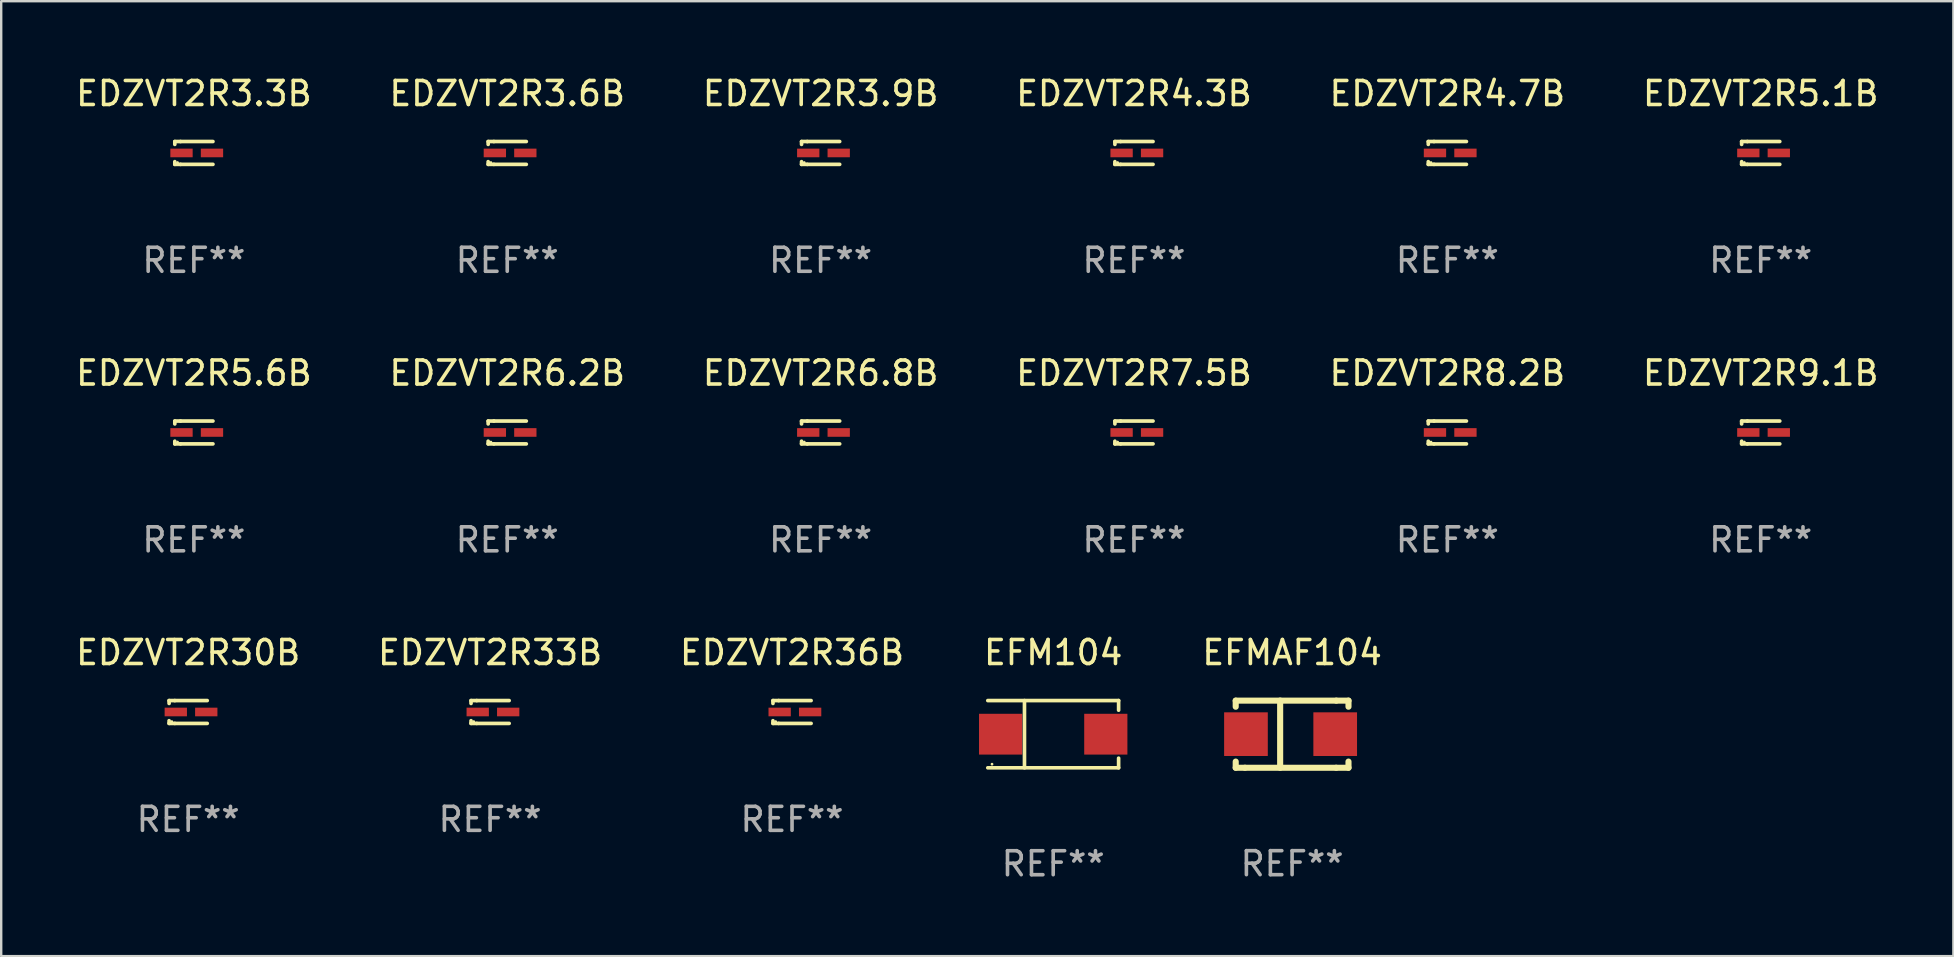
<source format=kicad_pcb>
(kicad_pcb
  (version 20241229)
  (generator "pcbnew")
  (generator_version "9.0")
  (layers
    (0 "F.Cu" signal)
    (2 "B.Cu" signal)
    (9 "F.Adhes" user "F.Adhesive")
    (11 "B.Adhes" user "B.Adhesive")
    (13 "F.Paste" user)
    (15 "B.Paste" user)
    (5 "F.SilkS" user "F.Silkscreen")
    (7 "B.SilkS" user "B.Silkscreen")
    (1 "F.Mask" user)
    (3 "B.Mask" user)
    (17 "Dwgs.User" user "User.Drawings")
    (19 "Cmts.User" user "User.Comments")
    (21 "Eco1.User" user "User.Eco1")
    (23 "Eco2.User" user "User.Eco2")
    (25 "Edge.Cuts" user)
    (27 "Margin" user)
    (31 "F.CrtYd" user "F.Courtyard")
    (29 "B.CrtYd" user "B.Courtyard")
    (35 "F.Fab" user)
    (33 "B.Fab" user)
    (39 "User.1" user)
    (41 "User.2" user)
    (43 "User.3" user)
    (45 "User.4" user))
  (footprint "EFM104"
    (layer "F.Cu")
    (at 40.842 27.547)
    (property "Reference" "EFM104" (at 0 -3.401 0) (layer "F.SilkS") (effects (font (size 1 1) (thickness 0.15))))
    (attr through_hole)
    (fp_line (start -2.726 -1.401) (end 2.726 -1.401) (stroke (width 0.152) (type solid)) (layer "F.SilkS"))
    (fp_line (start -2.726 1.401) (end 2.726 1.401) (stroke (width 0.152) (type solid)) (layer "F.SilkS"))
    (fp_line (start -1.197 -1.401) (end -1.197 1.401) (stroke (width 0.152) (type solid)) (layer "F.SilkS"))
    (fp_line (start 2.726 -1.401) (end 2.726 -1) (stroke (width 0.152) (type solid)) (layer "F.SilkS"))
    (fp_line (start 2.726 1.401) (end 2.726 1) (stroke (width 0.152) (type solid)) (layer "F.SilkS"))
    (fp_circle (center -2.55 1.25) (end -2.52 1.25) (stroke (width 0.06) (type solid)) (fill no) (layer "F.SilkS"))
    (fp_text user "REF**" (at 0 5.401 0) (layer "F.Fab") (effects (font (size 1 1) (thickness 0.15))))
    (pad "1" smd rect (at -2.192 0) (size 1.8 1.7) (layers "F.Cu" "F.Mask" "F.Paste"))
    (pad "2" smd rect (at 2.192 0) (size 1.8 1.7) (layers "F.Cu" "F.Mask" "F.Paste")))
  (footprint "EDZVT2R6.8B"
    (layer "F.Cu")
    (at 31.149 14.973)
    (property "Reference" "EDZVT2R6.8B" (at 0 -2.476 0) (layer "F.SilkS") (effects (font (size 1 1) (thickness 0.15))))
    (attr through_hole)
    (fp_line (start -0.795 -0.476) (end -0.795 -0.356) (stroke (width 0.152) (type solid)) (layer "F.SilkS"))
    (fp_line (start -0.795 0.363) (end -0.795 0.476) (stroke (width 0.152) (type solid)) (layer "F.SilkS"))
    (fp_line (start -0.795 0.476) (end -0.557 0.476) (stroke (width 0.152) (type solid)) (layer "F.SilkS"))
    (fp_line (start -0.557 -0.476) (end -0.795 -0.476) (stroke (width 0.152) (type solid)) (layer "F.SilkS"))
    (fp_line (start -0.557 -0.476) (end 0.795 -0.476) (stroke (width 0.152) (type solid)) (layer "F.SilkS"))
    (fp_line (start -0.557 0.476) (end 0.795 0.476) (stroke (width 0.152) (type solid)) (layer "F.SilkS"))
    (fp_circle (center -0.681 0.4) (end -0.651 0.4) (stroke (width 0.06) (type solid)) (fill no) (layer "F.SilkS"))
    (fp_text user "REF**" (at 0 4.476 0) (layer "F.Fab") (effects (font (size 1 1) (thickness 0.15))))
    (pad "1" smd rect (at -0.516 0 180) (size 0.93 0.36) (layers "F.Cu" "F.Mask" "F.Paste"))
    (pad "2" smd rect (at 0.754 0 180) (size 0.93 0.36) (layers "F.Cu" "F.Mask" "F.Paste")))
  (footprint "EDZVT2R5.1B"
    (layer "F.Cu")
    (at 70.327 3.324)
    (property "Reference" "EDZVT2R5.1B" (at 0 -2.476 0) (layer "F.SilkS") (effects (font (size 1 1) (thickness 0.15))))
    (attr through_hole)
    (fp_line (start -0.795 -0.476) (end -0.795 -0.356) (stroke (width 0.152) (type solid)) (layer "F.SilkS"))
    (fp_line (start -0.795 0.363) (end -0.795 0.476) (stroke (width 0.152) (type solid)) (layer "F.SilkS"))
    (fp_line (start -0.795 0.476) (end -0.557 0.476) (stroke (width 0.152) (type solid)) (layer "F.SilkS"))
    (fp_line (start -0.557 -0.476) (end -0.795 -0.476) (stroke (width 0.152) (type solid)) (layer "F.SilkS"))
    (fp_line (start -0.557 -0.476) (end 0.795 -0.476) (stroke (width 0.152) (type solid)) (layer "F.SilkS"))
    (fp_line (start -0.557 0.476) (end 0.795 0.476) (stroke (width 0.152) (type solid)) (layer "F.SilkS"))
    (fp_circle (center -0.681 0.4) (end -0.651 0.4) (stroke (width 0.06) (type solid)) (fill no) (layer "F.SilkS"))
    (fp_text user "REF**" (at 0 4.476 0) (layer "F.Fab") (effects (font (size 1 1) (thickness 0.15))))
    (pad "1" smd rect (at -0.516 0 180) (size 0.93 0.36) (layers "F.Cu" "F.Mask" "F.Paste"))
    (pad "2" smd rect (at 0.754 0 180) (size 0.93 0.36) (layers "F.Cu" "F.Mask" "F.Paste")))
  (footprint "EDZVT2R3.6B"
    (layer "F.Cu")
    (at 18.089 3.324)
    (property "Reference" "EDZVT2R3.6B" (at 0 -2.476 0) (layer "F.SilkS") (effects (font (size 1 1) (thickness 0.15))))
    (attr through_hole)
    (fp_line (start -0.795 -0.476) (end -0.795 -0.356) (stroke (width 0.152) (type solid)) (layer "F.SilkS"))
    (fp_line (start -0.795 0.363) (end -0.795 0.476) (stroke (width 0.152) (type solid)) (layer "F.SilkS"))
    (fp_line (start -0.795 0.476) (end -0.557 0.476) (stroke (width 0.152) (type solid)) (layer "F.SilkS"))
    (fp_line (start -0.557 -0.476) (end -0.795 -0.476) (stroke (width 0.152) (type solid)) (layer "F.SilkS"))
    (fp_line (start -0.557 -0.476) (end 0.795 -0.476) (stroke (width 0.152) (type solid)) (layer "F.SilkS"))
    (fp_line (start -0.557 0.476) (end 0.795 0.476) (stroke (width 0.152) (type solid)) (layer "F.SilkS"))
    (fp_circle (center -0.681 0.4) (end -0.651 0.4) (stroke (width 0.06) (type solid)) (fill no) (layer "F.SilkS"))
    (fp_text user "REF**" (at 0 4.476 0) (layer "F.Fab") (effects (font (size 1 1) (thickness 0.15))))
    (pad "1" smd rect (at -0.516 0 180) (size 0.93 0.36) (layers "F.Cu" "F.Mask" "F.Paste"))
    (pad "2" smd rect (at 0.754 0 180) (size 0.93 0.36) (layers "F.Cu" "F.Mask" "F.Paste")))
  (footprint "EDZVT2R8.2B"
    (layer "F.Cu")
    (at 57.268 14.973)
    (property "Reference" "EDZVT2R8.2B" (at 0 -2.476 0) (layer "F.SilkS") (effects (font (size 1 1) (thickness 0.15))))
    (attr through_hole)
    (fp_line (start -0.795 -0.476) (end -0.795 -0.356) (stroke (width 0.152) (type solid)) (layer "F.SilkS"))
    (fp_line (start -0.795 0.363) (end -0.795 0.476) (stroke (width 0.152) (type solid)) (layer "F.SilkS"))
    (fp_line (start -0.795 0.476) (end -0.557 0.476) (stroke (width 0.152) (type solid)) (layer "F.SilkS"))
    (fp_line (start -0.557 -0.476) (end -0.795 -0.476) (stroke (width 0.152) (type solid)) (layer "F.SilkS"))
    (fp_line (start -0.557 -0.476) (end 0.795 -0.476) (stroke (width 0.152) (type solid)) (layer "F.SilkS"))
    (fp_line (start -0.557 0.476) (end 0.795 0.476) (stroke (width 0.152) (type solid)) (layer "F.SilkS"))
    (fp_circle (center -0.681 0.4) (end -0.651 0.4) (stroke (width 0.06) (type solid)) (fill no) (layer "F.SilkS"))
    (fp_text user "REF**" (at 0 4.476 0) (layer "F.Fab") (effects (font (size 1 1) (thickness 0.15))))
    (pad "1" smd rect (at -0.516 0 180) (size 0.93 0.36) (layers "F.Cu" "F.Mask" "F.Paste"))
    (pad "2" smd rect (at 0.754 0 180) (size 0.93 0.36) (layers "F.Cu" "F.Mask" "F.Paste")))
  (footprint "EDZVT2R9.1B"
    (layer "F.Cu")
    (at 70.327 14.973)
    (property "Reference" "EDZVT2R9.1B" (at 0 -2.476 0) (layer "F.SilkS") (effects (font (size 1 1) (thickness 0.15))))
    (attr through_hole)
    (fp_line (start -0.795 -0.476) (end -0.795 -0.356) (stroke (width 0.152) (type solid)) (layer "F.SilkS"))
    (fp_line (start -0.795 0.363) (end -0.795 0.476) (stroke (width 0.152) (type solid)) (layer "F.SilkS"))
    (fp_line (start -0.795 0.476) (end -0.557 0.476) (stroke (width 0.152) (type solid)) (layer "F.SilkS"))
    (fp_line (start -0.557 -0.476) (end -0.795 -0.476) (stroke (width 0.152) (type solid)) (layer "F.SilkS"))
    (fp_line (start -0.557 -0.476) (end 0.795 -0.476) (stroke (width 0.152) (type solid)) (layer "F.SilkS"))
    (fp_line (start -0.557 0.476) (end 0.795 0.476) (stroke (width 0.152) (type solid)) (layer "F.SilkS"))
    (fp_circle (center -0.681 0.4) (end -0.651 0.4) (stroke (width 0.06) (type solid)) (fill no) (layer "F.SilkS"))
    (fp_text user "REF**" (at 0 4.476 0) (layer "F.Fab") (effects (font (size 1 1) (thickness 0.15))))
    (pad "1" smd rect (at -0.516 0 180) (size 0.93 0.36) (layers "F.Cu" "F.Mask" "F.Paste"))
    (pad "2" smd rect (at 0.754 0 180) (size 0.93 0.36) (layers "F.Cu" "F.Mask" "F.Paste")))
  (footprint "EDZVT2R7.5B"
    (layer "F.Cu")
    (at 44.208 14.973)
    (property "Reference" "EDZVT2R7.5B" (at 0 -2.476 0) (layer "F.SilkS") (effects (font (size 1 1) (thickness 0.15))))
    (attr through_hole)
    (fp_line (start -0.795 -0.476) (end -0.795 -0.356) (stroke (width 0.152) (type solid)) (layer "F.SilkS"))
    (fp_line (start -0.795 0.363) (end -0.795 0.476) (stroke (width 0.152) (type solid)) (layer "F.SilkS"))
    (fp_line (start -0.795 0.476) (end -0.557 0.476) (stroke (width 0.152) (type solid)) (layer "F.SilkS"))
    (fp_line (start -0.557 -0.476) (end -0.795 -0.476) (stroke (width 0.152) (type solid)) (layer "F.SilkS"))
    (fp_line (start -0.557 -0.476) (end 0.795 -0.476) (stroke (width 0.152) (type solid)) (layer "F.SilkS"))
    (fp_line (start -0.557 0.476) (end 0.795 0.476) (stroke (width 0.152) (type solid)) (layer "F.SilkS"))
    (fp_circle (center -0.681 0.4) (end -0.651 0.4) (stroke (width 0.06) (type solid)) (fill no) (layer "F.SilkS"))
    (fp_text user "REF**" (at 0 4.476 0) (layer "F.Fab") (effects (font (size 1 1) (thickness 0.15))))
    (pad "1" smd rect (at -0.516 0 180) (size 0.93 0.36) (layers "F.Cu" "F.Mask" "F.Paste"))
    (pad "2" smd rect (at 0.754 0 180) (size 0.93 0.36) (layers "F.Cu" "F.Mask" "F.Paste")))
  (footprint "EDZVT2R3.3B"
    (layer "F.Cu")
    (at 5.03 3.324)
    (property "Reference" "EDZVT2R3.3B" (at 0 -2.476 0) (layer "F.SilkS") (effects (font (size 1 1) (thickness 0.15))))
    (attr through_hole)
    (fp_line (start -0.795 -0.476) (end -0.795 -0.356) (stroke (width 0.152) (type solid)) (layer "F.SilkS"))
    (fp_line (start -0.795 0.363) (end -0.795 0.476) (stroke (width 0.152) (type solid)) (layer "F.SilkS"))
    (fp_line (start -0.795 0.476) (end -0.557 0.476) (stroke (width 0.152) (type solid)) (layer "F.SilkS"))
    (fp_line (start -0.557 -0.476) (end -0.795 -0.476) (stroke (width 0.152) (type solid)) (layer "F.SilkS"))
    (fp_line (start -0.557 -0.476) (end 0.795 -0.476) (stroke (width 0.152) (type solid)) (layer "F.SilkS"))
    (fp_line (start -0.557 0.476) (end 0.795 0.476) (stroke (width 0.152) (type solid)) (layer "F.SilkS"))
    (fp_circle (center -0.681 0.4) (end -0.651 0.4) (stroke (width 0.06) (type solid)) (fill no) (layer "F.SilkS"))
    (fp_text user "REF**" (at 0 4.476 0) (layer "F.Fab") (effects (font (size 1 1) (thickness 0.15))))
    (pad "1" smd rect (at -0.516 0 180) (size 0.93 0.36) (layers "F.Cu" "F.Mask" "F.Paste"))
    (pad "2" smd rect (at 0.754 0 180) (size 0.93 0.36) (layers "F.Cu" "F.Mask" "F.Paste")))
  (footprint "EDZVT2R33B"
    (layer "F.Cu")
    (at 17.375 26.622)
    (property "Reference" "EDZVT2R33B" (at 0 -2.476 0) (layer "F.SilkS") (effects (font (size 1 1) (thickness 0.15))))
    (attr through_hole)
    (fp_line (start -0.795 -0.476) (end -0.795 -0.356) (stroke (width 0.152) (type solid)) (layer "F.SilkS"))
    (fp_line (start -0.795 0.363) (end -0.795 0.476) (stroke (width 0.152) (type solid)) (layer "F.SilkS"))
    (fp_line (start -0.795 0.476) (end -0.557 0.476) (stroke (width 0.152) (type solid)) (layer "F.SilkS"))
    (fp_line (start -0.557 -0.476) (end -0.795 -0.476) (stroke (width 0.152) (type solid)) (layer "F.SilkS"))
    (fp_line (start -0.557 -0.476) (end 0.795 -0.476) (stroke (width 0.152) (type solid)) (layer "F.SilkS"))
    (fp_line (start -0.557 0.476) (end 0.795 0.476) (stroke (width 0.152) (type solid)) (layer "F.SilkS"))
    (fp_circle (center -0.681 0.4) (end -0.651 0.4) (stroke (width 0.06) (type solid)) (fill no) (layer "F.SilkS"))
    (fp_text user "REF**" (at 0 4.476 0) (layer "F.Fab") (effects (font (size 1 1) (thickness 0.15))))
    (pad "1" smd rect (at -0.516 0 180) (size 0.93 0.36) (layers "F.Cu" "F.Mask" "F.Paste"))
    (pad "2" smd rect (at 0.754 0 180) (size 0.93 0.36) (layers "F.Cu" "F.Mask" "F.Paste")))
  (footprint "EDZVT2R4.3B"
    (layer "F.Cu")
    (at 44.208 3.324)
    (property "Reference" "EDZVT2R4.3B" (at 0 -2.476 0) (layer "F.SilkS") (effects (font (size 1 1) (thickness 0.15))))
    (attr through_hole)
    (fp_line (start -0.795 -0.476) (end -0.795 -0.356) (stroke (width 0.152) (type solid)) (layer "F.SilkS"))
    (fp_line (start -0.795 0.363) (end -0.795 0.476) (stroke (width 0.152) (type solid)) (layer "F.SilkS"))
    (fp_line (start -0.795 0.476) (end -0.557 0.476) (stroke (width 0.152) (type solid)) (layer "F.SilkS"))
    (fp_line (start -0.557 -0.476) (end -0.795 -0.476) (stroke (width 0.152) (type solid)) (layer "F.SilkS"))
    (fp_line (start -0.557 -0.476) (end 0.795 -0.476) (stroke (width 0.152) (type solid)) (layer "F.SilkS"))
    (fp_line (start -0.557 0.476) (end 0.795 0.476) (stroke (width 0.152) (type solid)) (layer "F.SilkS"))
    (fp_circle (center -0.681 0.4) (end -0.651 0.4) (stroke (width 0.06) (type solid)) (fill no) (layer "F.SilkS"))
    (fp_text user "REF**" (at 0 4.476 0) (layer "F.Fab") (effects (font (size 1 1) (thickness 0.15))))
    (pad "1" smd rect (at -0.516 0 180) (size 0.93 0.36) (layers "F.Cu" "F.Mask" "F.Paste"))
    (pad "2" smd rect (at 0.754 0 180) (size 0.93 0.36) (layers "F.Cu" "F.Mask" "F.Paste")))
  (footprint "EDZVT2R4.7B"
    (layer "F.Cu")
    (at 57.268 3.324)
    (property "Reference" "EDZVT2R4.7B" (at 0 -2.476 0) (layer "F.SilkS") (effects (font (size 1 1) (thickness 0.15))))
    (attr through_hole)
    (fp_line (start -0.795 -0.476) (end -0.795 -0.356) (stroke (width 0.152) (type solid)) (layer "F.SilkS"))
    (fp_line (start -0.795 0.363) (end -0.795 0.476) (stroke (width 0.152) (type solid)) (layer "F.SilkS"))
    (fp_line (start -0.795 0.476) (end -0.557 0.476) (stroke (width 0.152) (type solid)) (layer "F.SilkS"))
    (fp_line (start -0.557 -0.476) (end -0.795 -0.476) (stroke (width 0.152) (type solid)) (layer "F.SilkS"))
    (fp_line (start -0.557 -0.476) (end 0.795 -0.476) (stroke (width 0.152) (type solid)) (layer "F.SilkS"))
    (fp_line (start -0.557 0.476) (end 0.795 0.476) (stroke (width 0.152) (type solid)) (layer "F.SilkS"))
    (fp_circle (center -0.681 0.4) (end -0.651 0.4) (stroke (width 0.06) (type solid)) (fill no) (layer "F.SilkS"))
    (fp_text user "REF**" (at 0 4.476 0) (layer "F.Fab") (effects (font (size 1 1) (thickness 0.15))))
    (pad "1" smd rect (at -0.516 0 180) (size 0.93 0.36) (layers "F.Cu" "F.Mask" "F.Paste"))
    (pad "2" smd rect (at 0.754 0 180) (size 0.93 0.36) (layers "F.Cu" "F.Mask" "F.Paste")))
  (footprint "EDZVT2R36B"
    (layer "F.Cu")
    (at 29.958 26.622)
    (property "Reference" "EDZVT2R36B" (at 0 -2.476 0) (layer "F.SilkS") (effects (font (size 1 1) (thickness 0.15))))
    (attr through_hole)
    (fp_line (start -0.795 -0.476) (end -0.795 -0.356) (stroke (width 0.152) (type solid)) (layer "F.SilkS"))
    (fp_line (start -0.795 0.363) (end -0.795 0.476) (stroke (width 0.152) (type solid)) (layer "F.SilkS"))
    (fp_line (start -0.795 0.476) (end -0.557 0.476) (stroke (width 0.152) (type solid)) (layer "F.SilkS"))
    (fp_line (start -0.557 -0.476) (end -0.795 -0.476) (stroke (width 0.152) (type solid)) (layer "F.SilkS"))
    (fp_line (start -0.557 -0.476) (end 0.795 -0.476) (stroke (width 0.152) (type solid)) (layer "F.SilkS"))
    (fp_line (start -0.557 0.476) (end 0.795 0.476) (stroke (width 0.152) (type solid)) (layer "F.SilkS"))
    (fp_circle (center -0.681 0.4) (end -0.651 0.4) (stroke (width 0.06) (type solid)) (fill no) (layer "F.SilkS"))
    (fp_text user "REF**" (at 0 4.476 0) (layer "F.Fab") (effects (font (size 1 1) (thickness 0.15))))
    (pad "1" smd rect (at -0.516 0 180) (size 0.93 0.36) (layers "F.Cu" "F.Mask" "F.Paste"))
    (pad "2" smd rect (at 0.754 0 180) (size 0.93 0.36) (layers "F.Cu" "F.Mask" "F.Paste")))
  (footprint "EDZVT2R5.6B"
    (layer "F.Cu")
    (at 5.03 14.973)
    (property "Reference" "EDZVT2R5.6B" (at 0 -2.476 0) (layer "F.SilkS") (effects (font (size 1 1) (thickness 0.15))))
    (attr through_hole)
    (fp_line (start -0.795 -0.476) (end -0.795 -0.356) (stroke (width 0.152) (type solid)) (layer "F.SilkS"))
    (fp_line (start -0.795 0.363) (end -0.795 0.476) (stroke (width 0.152) (type solid)) (layer "F.SilkS"))
    (fp_line (start -0.795 0.476) (end -0.557 0.476) (stroke (width 0.152) (type solid)) (layer "F.SilkS"))
    (fp_line (start -0.557 -0.476) (end -0.795 -0.476) (stroke (width 0.152) (type solid)) (layer "F.SilkS"))
    (fp_line (start -0.557 -0.476) (end 0.795 -0.476) (stroke (width 0.152) (type solid)) (layer "F.SilkS"))
    (fp_line (start -0.557 0.476) (end 0.795 0.476) (stroke (width 0.152) (type solid)) (layer "F.SilkS"))
    (fp_circle (center -0.681 0.4) (end -0.651 0.4) (stroke (width 0.06) (type solid)) (fill no) (layer "F.SilkS"))
    (fp_text user "REF**" (at 0 4.476 0) (layer "F.Fab") (effects (font (size 1 1) (thickness 0.15))))
    (pad "1" smd rect (at -0.516 0 180) (size 0.93 0.36) (layers "F.Cu" "F.Mask" "F.Paste"))
    (pad "2" smd rect (at 0.754 0 180) (size 0.93 0.36) (layers "F.Cu" "F.Mask" "F.Paste")))
  (footprint "EDZVT2R6.2B"
    (layer "F.Cu")
    (at 18.089 14.973)
    (property "Reference" "EDZVT2R6.2B" (at 0 -2.476 0) (layer "F.SilkS") (effects (font (size 1 1) (thickness 0.15))))
    (attr through_hole)
    (fp_line (start -0.795 -0.476) (end -0.795 -0.356) (stroke (width 0.152) (type solid)) (layer "F.SilkS"))
    (fp_line (start -0.795 0.363) (end -0.795 0.476) (stroke (width 0.152) (type solid)) (layer "F.SilkS"))
    (fp_line (start -0.795 0.476) (end -0.557 0.476) (stroke (width 0.152) (type solid)) (layer "F.SilkS"))
    (fp_line (start -0.557 -0.476) (end -0.795 -0.476) (stroke (width 0.152) (type solid)) (layer "F.SilkS"))
    (fp_line (start -0.557 -0.476) (end 0.795 -0.476) (stroke (width 0.152) (type solid)) (layer "F.SilkS"))
    (fp_line (start -0.557 0.476) (end 0.795 0.476) (stroke (width 0.152) (type solid)) (layer "F.SilkS"))
    (fp_circle (center -0.681 0.4) (end -0.651 0.4) (stroke (width 0.06) (type solid)) (fill no) (layer "F.SilkS"))
    (fp_text user "REF**" (at 0 4.476 0) (layer "F.Fab") (effects (font (size 1 1) (thickness 0.15))))
    (pad "1" smd rect (at -0.516 0 180) (size 0.93 0.36) (layers "F.Cu" "F.Mask" "F.Paste"))
    (pad "2" smd rect (at 0.754 0 180) (size 0.93 0.36) (layers "F.Cu" "F.Mask" "F.Paste")))
  (footprint "EDZVT2R30B"
    (layer "F.Cu")
    (at 4.792 26.622)
    (property "Reference" "EDZVT2R30B" (at 0 -2.476 0) (layer "F.SilkS") (effects (font (size 1 1) (thickness 0.15))))
    (attr through_hole)
    (fp_line (start -0.795 -0.476) (end -0.795 -0.356) (stroke (width 0.152) (type solid)) (layer "F.SilkS"))
    (fp_line (start -0.795 0.363) (end -0.795 0.476) (stroke (width 0.152) (type solid)) (layer "F.SilkS"))
    (fp_line (start -0.795 0.476) (end -0.557 0.476) (stroke (width 0.152) (type solid)) (layer "F.SilkS"))
    (fp_line (start -0.557 -0.476) (end -0.795 -0.476) (stroke (width 0.152) (type solid)) (layer "F.SilkS"))
    (fp_line (start -0.557 -0.476) (end 0.795 -0.476) (stroke (width 0.152) (type solid)) (layer "F.SilkS"))
    (fp_line (start -0.557 0.476) (end 0.795 0.476) (stroke (width 0.152) (type solid)) (layer "F.SilkS"))
    (fp_circle (center -0.681 0.4) (end -0.651 0.4) (stroke (width 0.06) (type solid)) (fill no) (layer "F.SilkS"))
    (fp_text user "REF**" (at 0 4.476 0) (layer "F.Fab") (effects (font (size 1 1) (thickness 0.15))))
    (pad "1" smd rect (at -0.516 0 180) (size 0.93 0.36) (layers "F.Cu" "F.Mask" "F.Paste"))
    (pad "2" smd rect (at 0.754 0 180) (size 0.93 0.36) (layers "F.Cu" "F.Mask" "F.Paste")))
  (footprint "EFMAF104"
    (layer "F.Cu")
    (at 50.798 27.546)
    (property "Reference" "EFMAF104" (at 0 -3.4 0) (layer "F.SilkS") (effects (font (size 1 1) (thickness 0.15))))
    (attr through_hole)
    (fp_line (start -2.35 -1.397) (end -2.35 -1.143) (stroke (width 0.254) (type solid)) (layer "F.SilkS"))
    (fp_line (start -2.35 1.4) (end -2.35 1.143) (stroke (width 0.254) (type solid)) (layer "F.SilkS"))
    (fp_line (start -1.964 1.4) (end -2.35 1.4) (stroke (width 0.254) (type solid)) (layer "F.SilkS"))
    (fp_line (start -1.964 1.4) (end 1.837 1.4) (stroke (width 0.254) (type solid)) (layer "F.SilkS"))
    (fp_line (start -0.498 -1.4) (end -0.498 1.4) (stroke (width 0.254) (type solid)) (layer "F.SilkS"))
    (fp_line (start 1.837 1.4) (end 2.35 1.4) (stroke (width 0.254) (type solid)) (layer "F.SilkS"))
    (fp_line (start 1.842 -1.397) (end -2.35 -1.397) (stroke (width 0.254) (type solid)) (layer "F.SilkS"))
    (fp_line (start 1.842 -1.397) (end 2.35 -1.397) (stroke (width 0.254) (type solid)) (layer "F.SilkS"))
    (fp_line (start 2.35 -1.397) (end 2.35 -1.143) (stroke (width 0.254) (type solid)) (layer "F.SilkS"))
    (fp_line (start 2.35 1.4) (end 2.35 1.143) (stroke (width 0.254) (type solid)) (layer "F.SilkS"))
    (fp_circle (center -2.355 1.25) (end -2.325 1.25) (stroke (width 0.06) (type solid)) (fill no) (layer "F.SilkS"))
    (fp_text user "REF**" (at 0 5.4 0) (layer "F.Fab") (effects (font (size 1 1) (thickness 0.15))))
    (pad "1" smd rect (at -1.923 -0.000076) (size 1.82 1.82) (layers "F.Cu" "F.Mask" "F.Paste"))
    (pad "2" smd rect (at 1.796 -0.000076) (size 1.82 1.82) (layers "F.Cu" "F.Mask" "F.Paste")))
  (footprint "EDZVT2R3.9B"
    (layer "F.Cu")
    (at 31.149 3.324)
    (property "Reference" "EDZVT2R3.9B" (at 0 -2.476 0) (layer "F.SilkS") (effects (font (size 1 1) (thickness 0.15))))
    (attr through_hole)
    (fp_line (start -0.795 -0.476) (end -0.795 -0.356) (stroke (width 0.152) (type solid)) (layer "F.SilkS"))
    (fp_line (start -0.795 0.363) (end -0.795 0.476) (stroke (width 0.152) (type solid)) (layer "F.SilkS"))
    (fp_line (start -0.795 0.476) (end -0.557 0.476) (stroke (width 0.152) (type solid)) (layer "F.SilkS"))
    (fp_line (start -0.557 -0.476) (end -0.795 -0.476) (stroke (width 0.152) (type solid)) (layer "F.SilkS"))
    (fp_line (start -0.557 -0.476) (end 0.795 -0.476) (stroke (width 0.152) (type solid)) (layer "F.SilkS"))
    (fp_line (start -0.557 0.476) (end 0.795 0.476) (stroke (width 0.152) (type solid)) (layer "F.SilkS"))
    (fp_circle (center -0.681 0.4) (end -0.651 0.4) (stroke (width 0.06) (type solid)) (fill no) (layer "F.SilkS"))
    (fp_text user "REF**" (at 0 4.476 0) (layer "F.Fab") (effects (font (size 1 1) (thickness 0.15))))
    (pad "1" smd rect (at -0.516 0 180) (size 0.93 0.36) (layers "F.Cu" "F.Mask" "F.Paste"))
    (pad "2" smd rect (at 0.754 0 180) (size 0.93 0.36) (layers "F.Cu" "F.Mask" "F.Paste")))
  (gr_rect
    (start -3 -3)
    (end 78.357 36.797)
    (stroke (width 0.1) (type default))
    (fill no)
    (layer "Edge.Cuts")))
</source>
